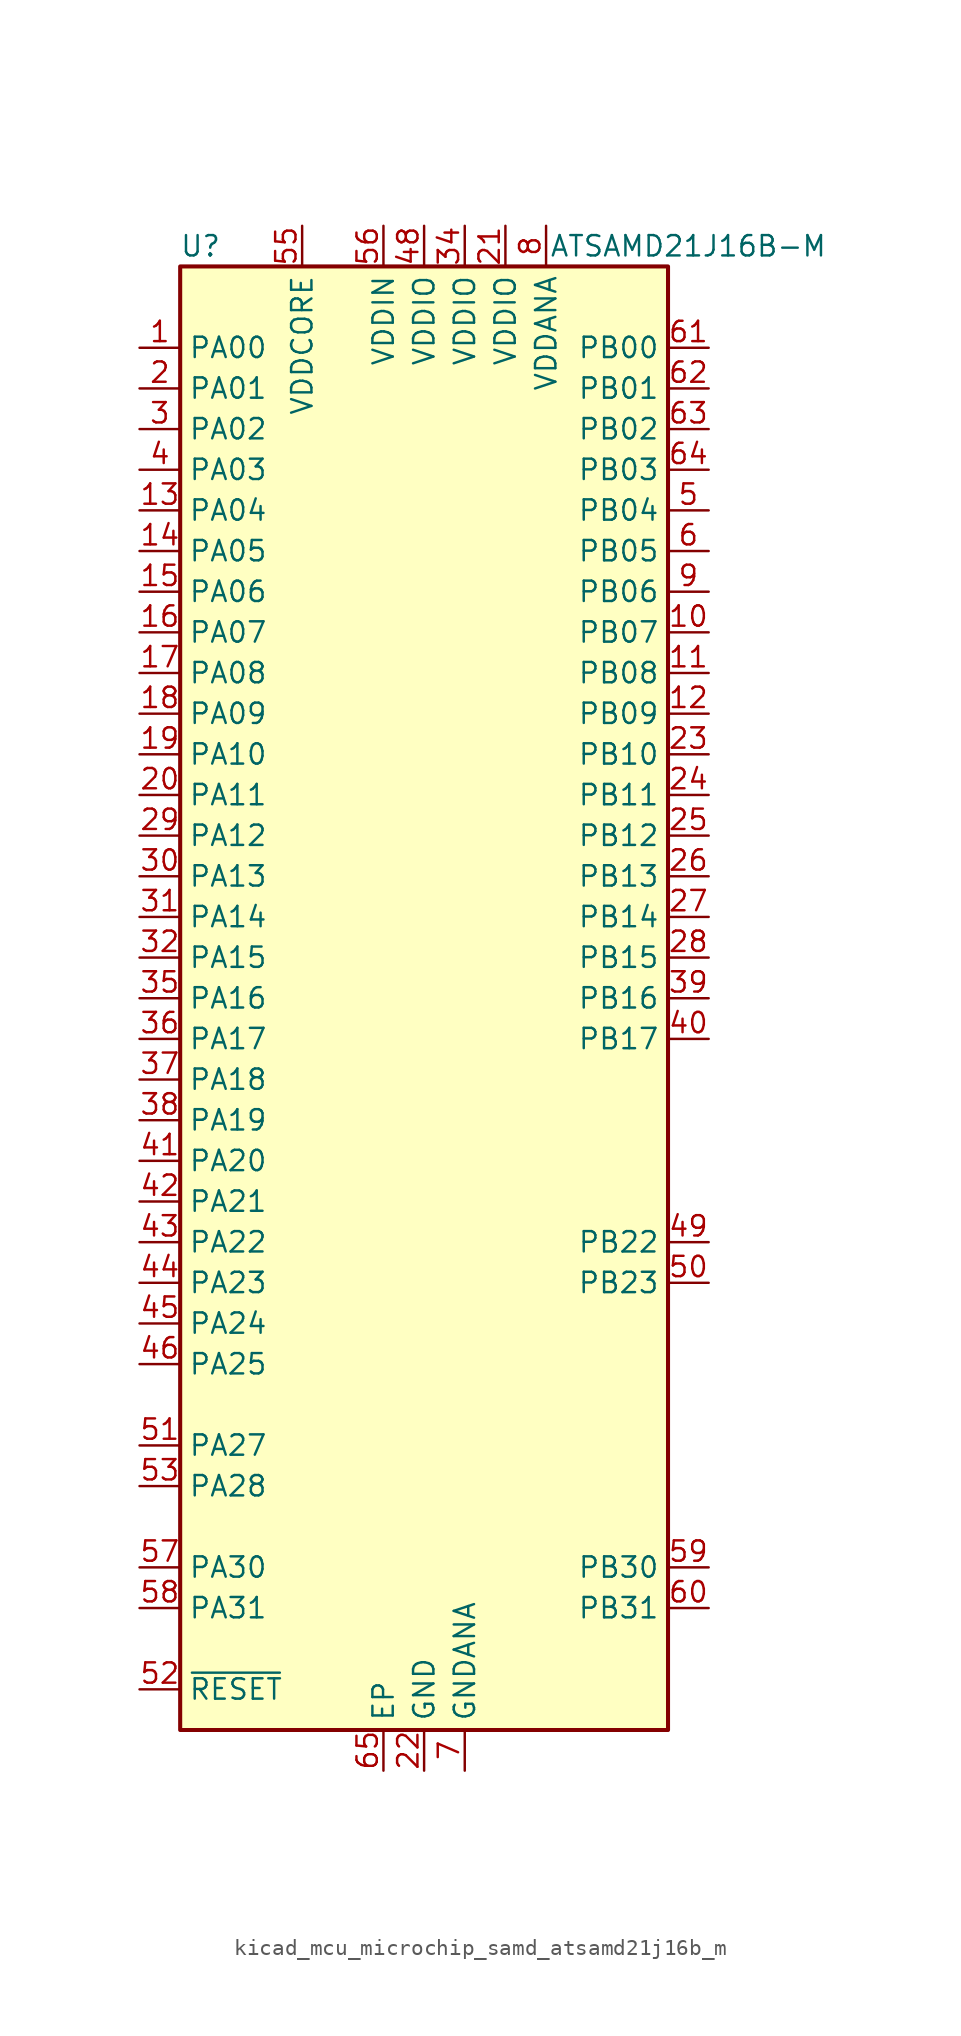
<source format=kicad_sym>
(kicad_symbol_lib
  (version 20220914)
  (generator kicad_symbol_editor)
  (symbol "kicad_mcu_microchip_samd_atsamd21j16b_m"
    (property "Reference" "U"
      (at -13.97 46.99 0)
      (effects (font (size 1.27 1.27))))
    (property "Value" "ATSAMD21J16B-M"
      (at 16.51 46.99 0)
      (effects (font (size 1.27 1.27))))
    (symbol "kicad_mcu_microchip_samd_atsamd21j16b_m_0_1"
      (rectangle (start -15.24 45.72) (end 15.24 -45.72) (stroke (width 0.254) (type default)) (fill (type background))))
    (symbol "kicad_mcu_microchip_samd_atsamd21j16b_m_1_1"
      (pin bidirectional line (at -17.78 40.64 0) (length 2.54) (name "PA00" (effects (font (size 1.27 1.27)))) (number "1" (effects (font (size 1.27 1.27)))))
      (pin bidirectional line (at 17.78 22.86 180) (length 2.54) (name "PB07" (effects (font (size 1.27 1.27)))) (number "10" (effects (font (size 1.27 1.27)))))
      (pin bidirectional line (at 17.78 20.32 180) (length 2.54) (name "PB08" (effects (font (size 1.27 1.27)))) (number "11" (effects (font (size 1.27 1.27)))))
      (pin bidirectional line (at 17.78 17.78 180) (length 2.54) (name "PB09" (effects (font (size 1.27 1.27)))) (number "12" (effects (font (size 1.27 1.27)))))
      (pin bidirectional line (at -17.78 30.48 0) (length 2.54) (name "PA04" (effects (font (size 1.27 1.27)))) (number "13" (effects (font (size 1.27 1.27)))))
      (pin bidirectional line (at -17.78 27.94 0) (length 2.54) (name "PA05" (effects (font (size 1.27 1.27)))) (number "14" (effects (font (size 1.27 1.27)))))
      (pin bidirectional line (at -17.78 25.4 0) (length 2.54) (name "PA06" (effects (font (size 1.27 1.27)))) (number "15" (effects (font (size 1.27 1.27)))))
      (pin bidirectional line (at -17.78 22.86 0) (length 2.54) (name "PA07" (effects (font (size 1.27 1.27)))) (number "16" (effects (font (size 1.27 1.27)))))
      (pin bidirectional line (at -17.78 20.32 0) (length 2.54) (name "PA08" (effects (font (size 1.27 1.27)))) (number "17" (effects (font (size 1.27 1.27)))))
      (pin bidirectional line (at -17.78 17.78 0) (length 2.54) (name "PA09" (effects (font (size 1.27 1.27)))) (number "18" (effects (font (size 1.27 1.27)))))
      (pin bidirectional line (at -17.78 15.24 0) (length 2.54) (name "PA10" (effects (font (size 1.27 1.27)))) (number "19" (effects (font (size 1.27 1.27)))))
      (pin bidirectional line (at -17.78 38.1 0) (length 2.54) (name "PA01" (effects (font (size 1.27 1.27)))) (number "2" (effects (font (size 1.27 1.27)))))
      (pin bidirectional line (at -17.78 12.7 0) (length 2.54) (name "PA11" (effects (font (size 1.27 1.27)))) (number "20" (effects (font (size 1.27 1.27)))))
      (pin power_in line (at 5.08 48.26 270) (length 2.54) (name "VDDIO" (effects (font (size 1.27 1.27)))) (number "21" (effects (font (size 1.27 1.27)))))
      (pin power_in line (at 0 -48.26 90) (length 2.54) (name "GND" (effects (font (size 1.27 1.27)))) (number "22" (effects (font (size 1.27 1.27)))))
      (pin bidirectional line (at 17.78 15.24 180) (length 2.54) (name "PB10" (effects (font (size 1.27 1.27)))) (number "23" (effects (font (size 1.27 1.27)))))
      (pin bidirectional line (at 17.78 12.7 180) (length 2.54) (name "PB11" (effects (font (size 1.27 1.27)))) (number "24" (effects (font (size 1.27 1.27)))))
      (pin bidirectional line (at 17.78 10.16 180) (length 2.54) (name "PB12" (effects (font (size 1.27 1.27)))) (number "25" (effects (font (size 1.27 1.27)))))
      (pin bidirectional line (at 17.78 7.62 180) (length 2.54) (name "PB13" (effects (font (size 1.27 1.27)))) (number "26" (effects (font (size 1.27 1.27)))))
      (pin bidirectional line (at 17.78 5.08 180) (length 2.54) (name "PB14" (effects (font (size 1.27 1.27)))) (number "27" (effects (font (size 1.27 1.27)))))
      (pin bidirectional line (at 17.78 2.54 180) (length 2.54) (name "PB15" (effects (font (size 1.27 1.27)))) (number "28" (effects (font (size 1.27 1.27)))))
      (pin bidirectional line (at -17.78 10.16 0) (length 2.54) (name "PA12" (effects (font (size 1.27 1.27)))) (number "29" (effects (font (size 1.27 1.27)))))
      (pin bidirectional line (at -17.78 35.56 0) (length 2.54) (name "PA02" (effects (font (size 1.27 1.27)))) (number "3" (effects (font (size 1.27 1.27)))))
      (pin bidirectional line (at -17.78 7.62 0) (length 2.54) (name "PA13" (effects (font (size 1.27 1.27)))) (number "30" (effects (font (size 1.27 1.27)))))
      (pin bidirectional line (at -17.78 5.08 0) (length 2.54) (name "PA14" (effects (font (size 1.27 1.27)))) (number "31" (effects (font (size 1.27 1.27)))))
      (pin bidirectional line (at -17.78 2.54 0) (length 2.54) (name "PA15" (effects (font (size 1.27 1.27)))) (number "32" (effects (font (size 1.27 1.27)))))
      (pin passive line (at 0 -48.26 90) (length 2.54) hide (name "GND" (effects (font (size 1.27 1.27)))) (number "33" (effects (font (size 1.27 1.27)))))
      (pin power_in line (at 2.54 48.26 270) (length 2.54) (name "VDDIO" (effects (font (size 1.27 1.27)))) (number "34" (effects (font (size 1.27 1.27)))))
      (pin bidirectional line (at -17.78 0 0) (length 2.54) (name "PA16" (effects (font (size 1.27 1.27)))) (number "35" (effects (font (size 1.27 1.27)))))
      (pin bidirectional line (at -17.78 -2.54 0) (length 2.54) (name "PA17" (effects (font (size 1.27 1.27)))) (number "36" (effects (font (size 1.27 1.27)))))
      (pin bidirectional line (at -17.78 -5.08 0) (length 2.54) (name "PA18" (effects (font (size 1.27 1.27)))) (number "37" (effects (font (size 1.27 1.27)))))
      (pin bidirectional line (at -17.78 -7.62 0) (length 2.54) (name "PA19" (effects (font (size 1.27 1.27)))) (number "38" (effects (font (size 1.27 1.27)))))
      (pin bidirectional line (at 17.78 0 180) (length 2.54) (name "PB16" (effects (font (size 1.27 1.27)))) (number "39" (effects (font (size 1.27 1.27)))))
      (pin bidirectional line (at -17.78 33.02 0) (length 2.54) (name "PA03" (effects (font (size 1.27 1.27)))) (number "4" (effects (font (size 1.27 1.27)))))
      (pin bidirectional line (at 17.78 -2.54 180) (length 2.54) (name "PB17" (effects (font (size 1.27 1.27)))) (number "40" (effects (font (size 1.27 1.27)))))
      (pin bidirectional line (at -17.78 -10.16 0) (length 2.54) (name "PA20" (effects (font (size 1.27 1.27)))) (number "41" (effects (font (size 1.27 1.27)))))
      (pin bidirectional line (at -17.78 -12.7 0) (length 2.54) (name "PA21" (effects (font (size 1.27 1.27)))) (number "42" (effects (font (size 1.27 1.27)))))
      (pin bidirectional line (at -17.78 -15.24 0) (length 2.54) (name "PA22" (effects (font (size 1.27 1.27)))) (number "43" (effects (font (size 1.27 1.27)))))
      (pin bidirectional line (at -17.78 -17.78 0) (length 2.54) (name "PA23" (effects (font (size 1.27 1.27)))) (number "44" (effects (font (size 1.27 1.27)))))
      (pin bidirectional line (at -17.78 -20.32 0) (length 2.54) (name "PA24" (effects (font (size 1.27 1.27)))) (number "45" (effects (font (size 1.27 1.27)))))
      (pin bidirectional line (at -17.78 -22.86 0) (length 2.54) (name "PA25" (effects (font (size 1.27 1.27)))) (number "46" (effects (font (size 1.27 1.27)))))
      (pin passive line (at 0 -48.26 90) (length 2.54) hide (name "GND" (effects (font (size 1.27 1.27)))) (number "47" (effects (font (size 1.27 1.27)))))
      (pin power_in line (at 0 48.26 270) (length 2.54) (name "VDDIO" (effects (font (size 1.27 1.27)))) (number "48" (effects (font (size 1.27 1.27)))))
      (pin bidirectional line (at 17.78 -15.24 180) (length 2.54) (name "PB22" (effects (font (size 1.27 1.27)))) (number "49" (effects (font (size 1.27 1.27)))))
      (pin bidirectional line (at 17.78 30.48 180) (length 2.54) (name "PB04" (effects (font (size 1.27 1.27)))) (number "5" (effects (font (size 1.27 1.27)))))
      (pin bidirectional line (at 17.78 -17.78 180) (length 2.54) (name "PB23" (effects (font (size 1.27 1.27)))) (number "50" (effects (font (size 1.27 1.27)))))
      (pin bidirectional line (at -17.78 -27.94 0) (length 2.54) (name "PA27" (effects (font (size 1.27 1.27)))) (number "51" (effects (font (size 1.27 1.27)))))
      (pin input line (at -17.78 -43.18 0) (length 2.54) (name "~{RESET}" (effects (font (size 1.27 1.27)))) (number "52" (effects (font (size 1.27 1.27)))))
      (pin bidirectional line (at -17.78 -30.48 0) (length 2.54) (name "PA28" (effects (font (size 1.27 1.27)))) (number "53" (effects (font (size 1.27 1.27)))))
      (pin passive line (at 0 -48.26 90) (length 2.54) hide (name "GND" (effects (font (size 1.27 1.27)))) (number "54" (effects (font (size 1.27 1.27)))))
      (pin power_out line (at -7.62 48.26 270) (length 2.54) (name "VDDCORE" (effects (font (size 1.27 1.27)))) (number "55" (effects (font (size 1.27 1.27)))))
      (pin power_in line (at -2.54 48.26 270) (length 2.54) (name "VDDIN" (effects (font (size 1.27 1.27)))) (number "56" (effects (font (size 1.27 1.27)))))
      (pin bidirectional line (at -17.78 -35.56 0) (length 2.54) (name "PA30" (effects (font (size 1.27 1.27)))) (number "57" (effects (font (size 1.27 1.27)))))
      (pin bidirectional line (at -17.78 -38.1 0) (length 2.54) (name "PA31" (effects (font (size 1.27 1.27)))) (number "58" (effects (font (size 1.27 1.27)))))
      (pin bidirectional line (at 17.78 -35.56 180) (length 2.54) (name "PB30" (effects (font (size 1.27 1.27)))) (number "59" (effects (font (size 1.27 1.27)))))
      (pin bidirectional line (at 17.78 27.94 180) (length 2.54) (name "PB05" (effects (font (size 1.27 1.27)))) (number "6" (effects (font (size 1.27 1.27)))))
      (pin bidirectional line (at 17.78 -38.1 180) (length 2.54) (name "PB31" (effects (font (size 1.27 1.27)))) (number "60" (effects (font (size 1.27 1.27)))))
      (pin bidirectional line (at 17.78 40.64 180) (length 2.54) (name "PB00" (effects (font (size 1.27 1.27)))) (number "61" (effects (font (size 1.27 1.27)))))
      (pin bidirectional line (at 17.78 38.1 180) (length 2.54) (name "PB01" (effects (font (size 1.27 1.27)))) (number "62" (effects (font (size 1.27 1.27)))))
      (pin bidirectional line (at 17.78 35.56 180) (length 2.54) (name "PB02" (effects (font (size 1.27 1.27)))) (number "63" (effects (font (size 1.27 1.27)))))
      (pin bidirectional line (at 17.78 33.02 180) (length 2.54) (name "PB03" (effects (font (size 1.27 1.27)))) (number "64" (effects (font (size 1.27 1.27)))))
      (pin passive line (at -2.54 -48.26 90) (length 2.54) (name "EP" (effects (font (size 1.27 1.27)))) (number "65" (effects (font (size 1.27 1.27)))))
      (pin power_in line (at 2.54 -48.26 90) (length 2.54) (name "GNDANA" (effects (font (size 1.27 1.27)))) (number "7" (effects (font (size 1.27 1.27)))))
      (pin power_in line (at 7.62 48.26 270) (length 2.54) (name "VDDANA" (effects (font (size 1.27 1.27)))) (number "8" (effects (font (size 1.27 1.27)))))
      (pin bidirectional line (at 17.78 25.4 180) (length 2.54) (name "PB06" (effects (font (size 1.27 1.27)))) (number "9" (effects (font (size 1.27 1.27))))))))
</source>
